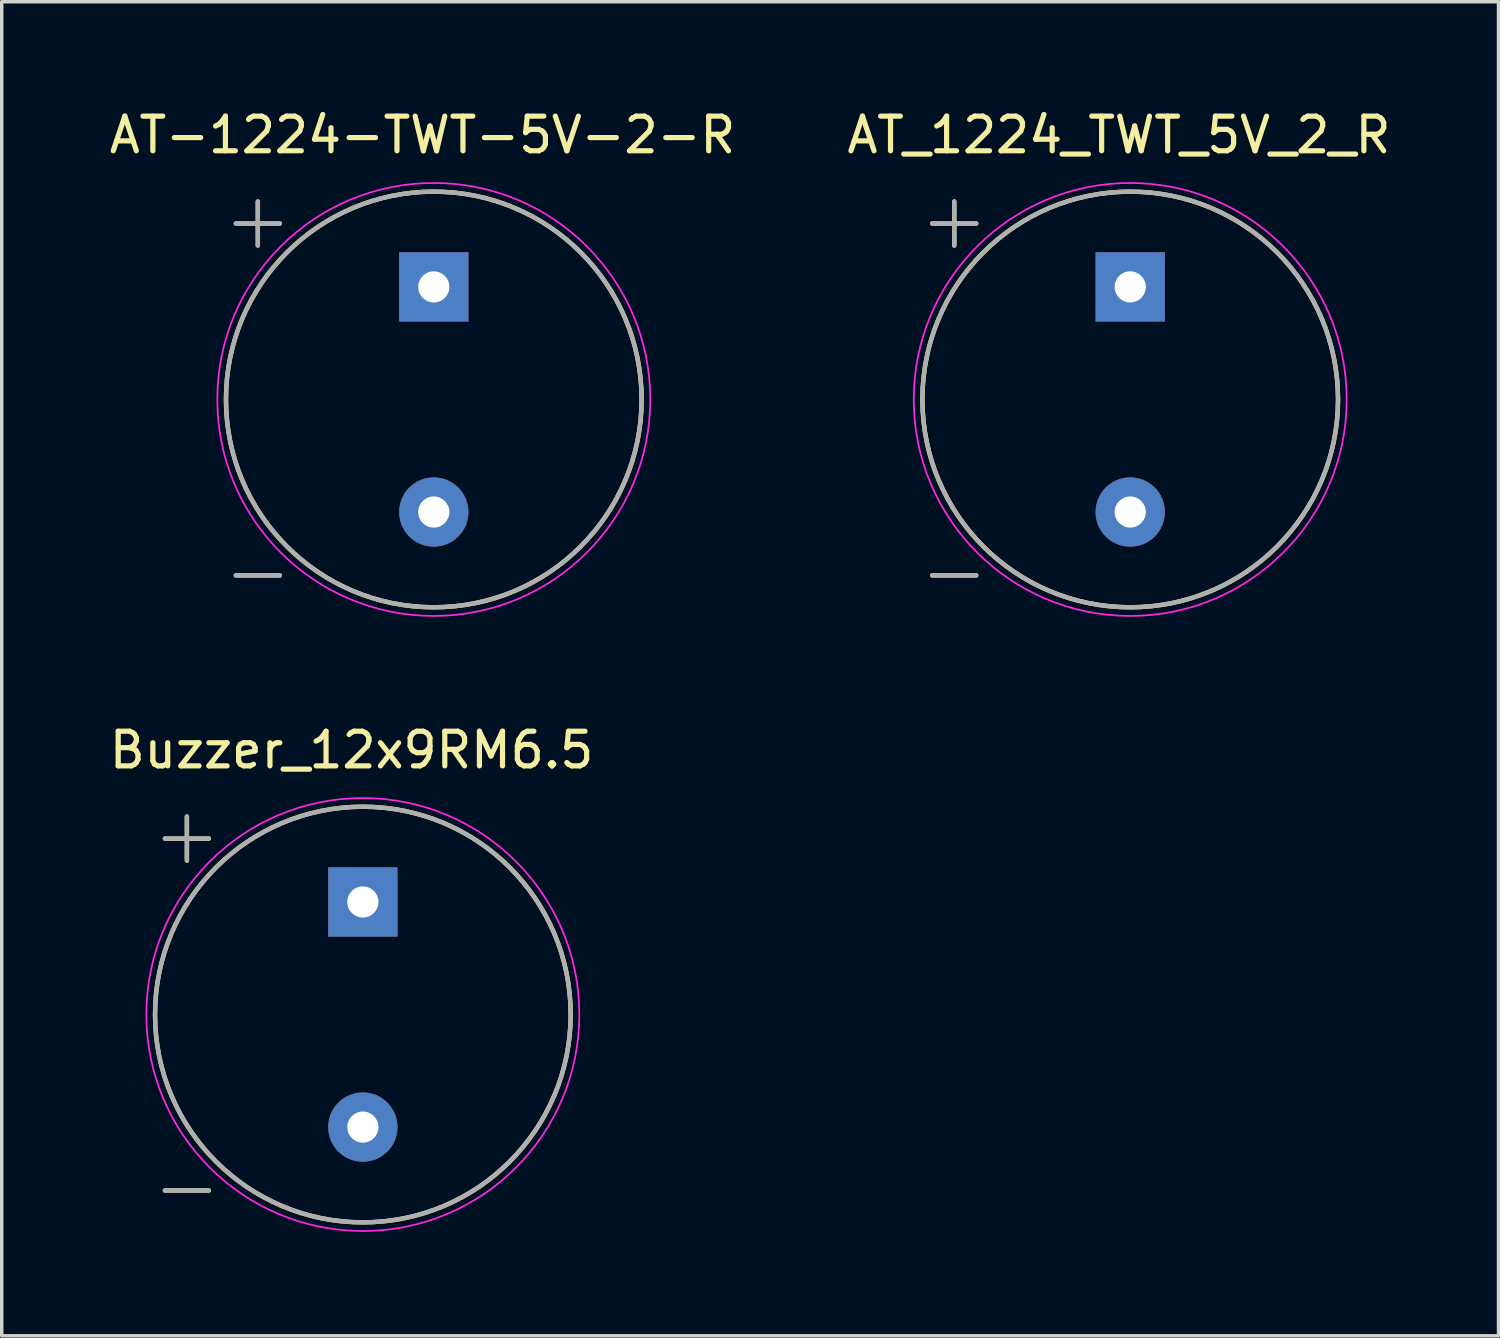
<source format=kicad_pcb>
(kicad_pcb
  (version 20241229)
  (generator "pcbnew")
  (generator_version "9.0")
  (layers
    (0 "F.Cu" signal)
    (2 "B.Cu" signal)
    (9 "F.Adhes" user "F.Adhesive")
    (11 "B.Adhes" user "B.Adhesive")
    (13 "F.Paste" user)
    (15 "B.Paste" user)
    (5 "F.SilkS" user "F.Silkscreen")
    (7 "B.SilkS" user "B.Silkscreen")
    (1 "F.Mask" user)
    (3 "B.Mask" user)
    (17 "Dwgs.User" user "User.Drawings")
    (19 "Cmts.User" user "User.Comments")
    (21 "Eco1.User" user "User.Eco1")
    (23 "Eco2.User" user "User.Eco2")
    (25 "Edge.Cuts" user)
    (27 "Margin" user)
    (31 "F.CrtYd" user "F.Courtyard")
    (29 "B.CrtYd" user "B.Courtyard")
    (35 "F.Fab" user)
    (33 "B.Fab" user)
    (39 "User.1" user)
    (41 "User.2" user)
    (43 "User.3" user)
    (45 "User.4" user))
  (footprint "AT-1224-TWT-5V-2-R"
    (layer "F.Cu")
    (at 9.474 8.483)
    (property "Reference" "AT-1224-TWT-5V-2-R" (at -0.325 -7.635 0) (layer "F.SilkS") (effects (font (size 1 1) (thickness 0.15))))
    (attr through_hole)
    (fp_line (start -5.715 -5.08) (end -4.445 -5.08) (stroke (width 0.127) (type solid)) (layer "F.SilkS"))
    (fp_line (start -5.715 5.08) (end -4.445 5.08) (stroke (width 0.127) (type solid)) (layer "F.SilkS"))
    (fp_line (start -5.08 -5.715) (end -5.08 -4.445) (stroke (width 0.127) (type solid)) (layer "F.SilkS"))
    (fp_circle (center 0 0) (end 6 0) (stroke (width 0.127) (type solid)) (fill no) (layer "F.SilkS"))
    (fp_circle (center 0 0) (end 6.25 0) (stroke (width 0.05) (type solid)) (fill no) (layer "F.CrtYd"))
    (fp_line (start -5.715 -5.08) (end -4.445 -5.08) (stroke (width 0.127) (type solid)) (layer "F.Fab"))
    (fp_line (start -5.715 5.08) (end -4.445 5.08) (stroke (width 0.127) (type solid)) (layer "F.Fab"))
    (fp_line (start -5.08 -5.715) (end -5.08 -4.445) (stroke (width 0.127) (type solid)) (layer "F.Fab"))
    (fp_circle (center 0 0) (end 6 0) (stroke (width 0.127) (type solid)) (fill no) (layer "F.Fab"))
    (pad "1" thru_hole rect (at 0 -3.25) (size 2 2) (drill 0.9) (layers "*.Cu" "*.Mask"))
    (pad "2" thru_hole circle (at 0 3.25) (size 2 2) (drill 0.9) (layers "*.Cu" "*.Mask")))
  (footprint "Buzzer_12x9RM6.5"
    (layer "F.Cu")
    (at 7.426 26.241)
    (property "Reference" "Buzzer_12x9RM6.5" (at -0.325 -7.635 0) (layer "F.SilkS") (effects (font (size 1 1) (thickness 0.15))))
    (attr through_hole)
    (fp_line (start -5.715 -5.08) (end -4.445 -5.08) (stroke (width 0.127) (type solid)) (layer "F.SilkS"))
    (fp_line (start -5.715 5.08) (end -4.445 5.08) (stroke (width 0.127) (type solid)) (layer "F.SilkS"))
    (fp_line (start -5.08 -5.715) (end -5.08 -4.445) (stroke (width 0.127) (type solid)) (layer "F.SilkS"))
    (fp_circle (center 0 0) (end 6 0) (stroke (width 0.127) (type solid)) (fill no) (layer "F.SilkS"))
    (fp_circle (center 0 0) (end 6.25 0) (stroke (width 0.05) (type solid)) (fill no) (layer "F.CrtYd"))
    (fp_line (start -5.715 -5.08) (end -4.445 -5.08) (stroke (width 0.127) (type solid)) (layer "F.Fab"))
    (fp_line (start -5.715 5.08) (end -4.445 5.08) (stroke (width 0.127) (type solid)) (layer "F.Fab"))
    (fp_line (start -5.08 -5.715) (end -5.08 -4.445) (stroke (width 0.127) (type solid)) (layer "F.Fab"))
    (fp_circle (center 0 0) (end 6 0) (stroke (width 0.127) (type solid)) (fill no) (layer "F.Fab"))
    (pad "1" thru_hole rect (at 0 -3.25) (size 2 2) (drill 0.9) (layers "*.Cu" "*.Mask"))
    (pad "2" thru_hole circle (at 0 3.25) (size 2 2) (drill 0.9) (layers "*.Cu" "*.Mask")))
  (footprint "AT_1224_TWT_5V_2_R"
    (layer "F.Cu")
    (at 29.581 8.483)
    (property "Reference" "AT_1224_TWT_5V_2_R" (at -0.325 -7.635 0) (layer "F.SilkS") (effects (font (size 1 1) (thickness 0.15))))
    (attr through_hole)
    (fp_line (start -5.715 -5.08) (end -4.445 -5.08) (stroke (width 0.127) (type solid)) (layer "F.SilkS"))
    (fp_line (start -5.715 5.08) (end -4.445 5.08) (stroke (width 0.127) (type solid)) (layer "F.SilkS"))
    (fp_line (start -5.08 -5.715) (end -5.08 -4.445) (stroke (width 0.127) (type solid)) (layer "F.SilkS"))
    (fp_circle (center 0 0) (end 6 0) (stroke (width 0.127) (type solid)) (fill no) (layer "F.SilkS"))
    (fp_circle (center 0 0) (end 6.25 0) (stroke (width 0.05) (type solid)) (fill no) (layer "F.CrtYd"))
    (fp_line (start -5.715 -5.08) (end -4.445 -5.08) (stroke (width 0.127) (type solid)) (layer "F.Fab"))
    (fp_line (start -5.715 5.08) (end -4.445 5.08) (stroke (width 0.127) (type solid)) (layer "F.Fab"))
    (fp_line (start -5.08 -5.715) (end -5.08 -4.445) (stroke (width 0.127) (type solid)) (layer "F.Fab"))
    (fp_circle (center 0 0) (end 6 0) (stroke (width 0.127) (type solid)) (fill no) (layer "F.Fab"))
    (pad "1" thru_hole rect (at 0 -3.25) (size 2 2) (drill 0.9) (layers "*.Cu" "*.Mask"))
    (pad "2" thru_hole circle (at 0 3.25) (size 2 2) (drill 0.9) (layers "*.Cu" "*.Mask")))
  (gr_rect
    (start -3 -3)
    (end 40.214 35.517)
    (stroke (width 0.1) (type default))
    (fill no)
    (layer "Edge.Cuts")))
</source>
